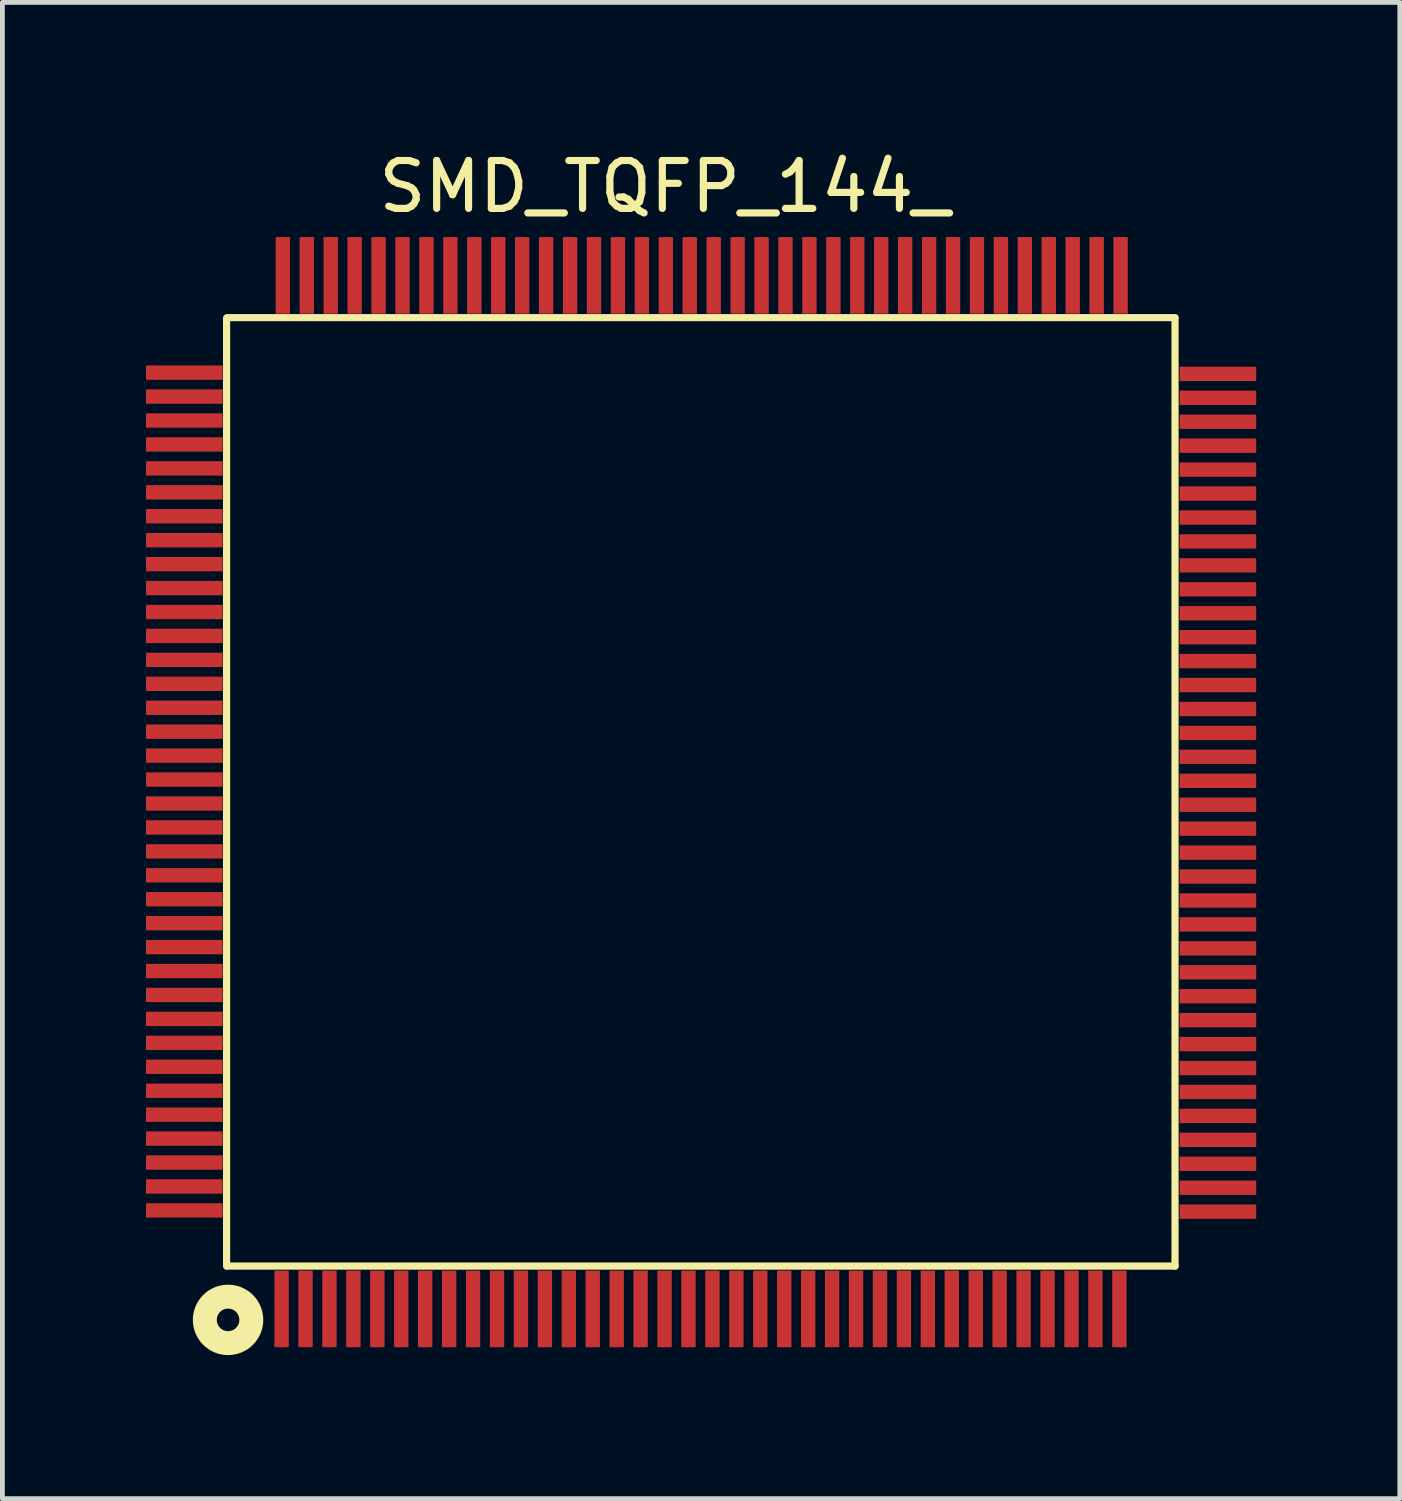
<source format=kicad_pcb>
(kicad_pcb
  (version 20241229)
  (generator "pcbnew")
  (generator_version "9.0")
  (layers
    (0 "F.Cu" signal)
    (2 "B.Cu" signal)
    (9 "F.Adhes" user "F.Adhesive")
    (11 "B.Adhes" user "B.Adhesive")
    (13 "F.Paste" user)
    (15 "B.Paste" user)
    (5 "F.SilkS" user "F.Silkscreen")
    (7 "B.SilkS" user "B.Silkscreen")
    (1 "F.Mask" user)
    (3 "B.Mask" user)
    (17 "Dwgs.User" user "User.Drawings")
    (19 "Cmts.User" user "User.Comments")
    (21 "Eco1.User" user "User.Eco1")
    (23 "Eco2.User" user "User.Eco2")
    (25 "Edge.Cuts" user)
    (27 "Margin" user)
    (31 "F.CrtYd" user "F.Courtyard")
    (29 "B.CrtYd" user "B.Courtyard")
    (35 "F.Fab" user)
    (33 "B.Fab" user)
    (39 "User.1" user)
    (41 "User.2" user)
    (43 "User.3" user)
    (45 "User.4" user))
  (footprint "SMD_TQFP_144_"
    (layer "F.Cu")
    (at 11.595 13.497)
    (property "Reference" "SMD_TQFP_144_" (at -0.762 -12.649 0) (layer "F.SilkS") (effects (font (size 1 1) (thickness 0.15))))
    (attr through_hole)
    (fp_line (start -9.912 9.9) (end -9.912 -9.9) (stroke (width 0.15) (type solid)) (layer "F.SilkS"))
    (fp_line (start -9.9 -9.912) (end 9.9 -9.912) (stroke (width 0.15) (type solid)) (layer "F.SilkS"))
    (fp_line (start -9.9 9.9) (end 9.9 9.9) (stroke (width 0.15) (type solid)) (layer "F.SilkS"))
    (fp_line (start 9.9 9.9) (end 9.9 -9.9) (stroke (width 0.15) (type solid)) (layer "F.SilkS"))
    (fp_circle (center -9.881 11.024) (end -9.55 11.379) (stroke (width 0.5) (type solid)) (fill no) (layer "F.SilkS"))
    (pad "P1" smd rect (at -8.763 10.795) (size 0.3 1.6) (layers "F.Cu" "F.Mask" "F.Paste"))
    (pad "P2" smd rect (at -8.263 10.795) (size 0.3 1.6) (layers "F.Cu" "F.Mask" "F.Paste"))
    (pad "P3" smd rect (at -7.763 10.795) (size 0.3 1.6) (layers "F.Cu" "F.Mask" "F.Paste"))
    (pad "P4" smd rect (at -7.263 10.795) (size 0.3 1.6) (layers "F.Cu" "F.Mask" "F.Paste"))
    (pad "P5" smd rect (at -6.763 10.795) (size 0.3 1.6) (layers "F.Cu" "F.Mask" "F.Paste"))
    (pad "P6" smd rect (at -6.263 10.795) (size 0.3 1.6) (layers "F.Cu" "F.Mask" "F.Paste"))
    (pad "P7" smd rect (at -5.763 10.795) (size 0.3 1.6) (layers "F.Cu" "F.Mask" "F.Paste"))
    (pad "P8" smd rect (at -5.263 10.795) (size 0.3 1.6) (layers "F.Cu" "F.Mask" "F.Paste"))
    (pad "P9" smd rect (at -4.763 10.795) (size 0.3 1.6) (layers "F.Cu" "F.Mask" "F.Paste"))
    (pad "P10" smd rect (at -4.263 10.795) (size 0.3 1.6) (layers "F.Cu" "F.Mask" "F.Paste"))
    (pad "P11" smd rect (at -3.763 10.795) (size 0.3 1.6) (layers "F.Cu" "F.Mask" "F.Paste"))
    (pad "P12" smd rect (at -3.263 10.795) (size 0.3 1.6) (layers "F.Cu" "F.Mask" "F.Paste"))
    (pad "P13" smd rect (at -2.763 10.795) (size 0.3 1.6) (layers "F.Cu" "F.Mask" "F.Paste"))
    (pad "P14" smd rect (at -2.263 10.795) (size 0.3 1.6) (layers "F.Cu" "F.Mask" "F.Paste"))
    (pad "P15" smd rect (at -1.763 10.795) (size 0.3 1.6) (layers "F.Cu" "F.Mask" "F.Paste"))
    (pad "P16" smd rect (at -1.263 10.795) (size 0.3 1.6) (layers "F.Cu" "F.Mask" "F.Paste"))
    (pad "P17" smd rect (at -0.763 10.795) (size 0.3 1.6) (layers "F.Cu" "F.Mask" "F.Paste"))
    (pad "P18" smd rect (at -0.263 10.795) (size 0.3 1.6) (layers "F.Cu" "F.Mask" "F.Paste"))
    (pad "P19" smd rect (at 0.237 10.795) (size 0.3 1.6) (layers "F.Cu" "F.Mask" "F.Paste"))
    (pad "P20" smd rect (at 0.737 10.795) (size 0.3 1.6) (layers "F.Cu" "F.Mask" "F.Paste"))
    (pad "P21" smd rect (at 1.237 10.795) (size 0.3 1.6) (layers "F.Cu" "F.Mask" "F.Paste"))
    (pad "P22" smd rect (at 1.737 10.795) (size 0.3 1.6) (layers "F.Cu" "F.Mask" "F.Paste"))
    (pad "P23" smd rect (at 2.237 10.795) (size 0.3 1.6) (layers "F.Cu" "F.Mask" "F.Paste"))
    (pad "P24" smd rect (at 2.737 10.795) (size 0.3 1.6) (layers "F.Cu" "F.Mask" "F.Paste"))
    (pad "P25" smd rect (at 3.237 10.795) (size 0.3 1.6) (layers "F.Cu" "F.Mask" "F.Paste"))
    (pad "P26" smd rect (at 3.737 10.795) (size 0.3 1.6) (layers "F.Cu" "F.Mask" "F.Paste"))
    (pad "P27" smd rect (at 4.237 10.795) (size 0.3 1.6) (layers "F.Cu" "F.Mask" "F.Paste"))
    (pad "P28" smd rect (at 4.737 10.795) (size 0.3 1.6) (layers "F.Cu" "F.Mask" "F.Paste"))
    (pad "P29" smd rect (at 5.237 10.795) (size 0.3 1.6) (layers "F.Cu" "F.Mask" "F.Paste"))
    (pad "P30" smd rect (at 5.737 10.795) (size 0.3 1.6) (layers "F.Cu" "F.Mask" "F.Paste"))
    (pad "P31" smd rect (at 6.237 10.795) (size 0.3 1.6) (layers "F.Cu" "F.Mask" "F.Paste"))
    (pad "P32" smd rect (at 6.737 10.795) (size 0.3 1.6) (layers "F.Cu" "F.Mask" "F.Paste"))
    (pad "P33" smd rect (at 7.237 10.795) (size 0.3 1.6) (layers "F.Cu" "F.Mask" "F.Paste"))
    (pad "P34" smd rect (at 7.737 10.795) (size 0.3 1.6) (layers "F.Cu" "F.Mask" "F.Paste"))
    (pad "P35" smd rect (at 8.237 10.795) (size 0.3 1.6) (layers "F.Cu" "F.Mask" "F.Paste"))
    (pad "P36" smd rect (at 8.737 10.795) (size 0.3 1.6) (layers "F.Cu" "F.Mask" "F.Paste"))
    (pad "P37" smd rect (at 10.795 8.763 90) (size 0.3 1.6) (layers "F.Cu" "F.Mask" "F.Paste"))
    (pad "P38" smd rect (at 10.795 8.263 90) (size 0.3 1.6) (layers "F.Cu" "F.Mask" "F.Paste"))
    (pad "P39" smd rect (at 10.795 7.763 90) (size 0.3 1.6) (layers "F.Cu" "F.Mask" "F.Paste"))
    (pad "P40" smd rect (at 10.795 7.263 90) (size 0.3 1.6) (layers "F.Cu" "F.Mask" "F.Paste"))
    (pad "P41" smd rect (at 10.795 6.763 90) (size 0.3 1.6) (layers "F.Cu" "F.Mask" "F.Paste"))
    (pad "P42" smd rect (at 10.795 6.263 90) (size 0.3 1.6) (layers "F.Cu" "F.Mask" "F.Paste"))
    (pad "P43" smd rect (at 10.795 5.763 90) (size 0.3 1.6) (layers "F.Cu" "F.Mask" "F.Paste"))
    (pad "P44" smd rect (at 10.795 5.263 90) (size 0.3 1.6) (layers "F.Cu" "F.Mask" "F.Paste"))
    (pad "P45" smd rect (at 10.795 4.763 90) (size 0.3 1.6) (layers "F.Cu" "F.Mask" "F.Paste"))
    (pad "P46" smd rect (at 10.795 4.263 90) (size 0.3 1.6) (layers "F.Cu" "F.Mask" "F.Paste"))
    (pad "P47" smd rect (at 10.795 3.763 90) (size 0.3 1.6) (layers "F.Cu" "F.Mask" "F.Paste"))
    (pad "P48" smd rect (at 10.795 3.263 90) (size 0.3 1.6) (layers "F.Cu" "F.Mask" "F.Paste"))
    (pad "P49" smd rect (at 10.795 2.763 90) (size 0.3 1.6) (layers "F.Cu" "F.Mask" "F.Paste"))
    (pad "P50" smd rect (at 10.795 2.263 90) (size 0.3 1.6) (layers "F.Cu" "F.Mask" "F.Paste"))
    (pad "P51" smd rect (at 10.795 1.763 90) (size 0.3 1.6) (layers "F.Cu" "F.Mask" "F.Paste"))
    (pad "P52" smd rect (at 10.795 1.263 90) (size 0.3 1.6) (layers "F.Cu" "F.Mask" "F.Paste"))
    (pad "P53" smd rect (at 10.795 0.763 90) (size 0.3 1.6) (layers "F.Cu" "F.Mask" "F.Paste"))
    (pad "P54" smd rect (at 10.795 0.263 90) (size 0.3 1.6) (layers "F.Cu" "F.Mask" "F.Paste"))
    (pad "P55" smd rect (at 10.795 -0.237 90) (size 0.3 1.6) (layers "F.Cu" "F.Mask" "F.Paste"))
    (pad "P56" smd rect (at 10.795 -0.737 90) (size 0.3 1.6) (layers "F.Cu" "F.Mask" "F.Paste"))
    (pad "P57" smd rect (at 10.795 -1.237 90) (size 0.3 1.6) (layers "F.Cu" "F.Mask" "F.Paste"))
    (pad "P58" smd rect (at 10.795 -1.737 90) (size 0.3 1.6) (layers "F.Cu" "F.Mask" "F.Paste"))
    (pad "P59" smd rect (at 10.795 -2.237 90) (size 0.3 1.6) (layers "F.Cu" "F.Mask" "F.Paste"))
    (pad "P60" smd rect (at 10.795 -2.737 90) (size 0.3 1.6) (layers "F.Cu" "F.Mask" "F.Paste"))
    (pad "P61" smd rect (at 10.795 -3.237 90) (size 0.3 1.6) (layers "F.Cu" "F.Mask" "F.Paste"))
    (pad "P62" smd rect (at 10.795 -3.737 90) (size 0.3 1.6) (layers "F.Cu" "F.Mask" "F.Paste"))
    (pad "P63" smd rect (at 10.795 -4.237 90) (size 0.3 1.6) (layers "F.Cu" "F.Mask" "F.Paste"))
    (pad "P64" smd rect (at 10.795 -4.737 90) (size 0.3 1.6) (layers "F.Cu" "F.Mask" "F.Paste"))
    (pad "P65" smd rect (at 10.795 -5.237 90) (size 0.3 1.6) (layers "F.Cu" "F.Mask" "F.Paste"))
    (pad "P66" smd rect (at 10.795 -5.737 90) (size 0.3 1.6) (layers "F.Cu" "F.Mask" "F.Paste"))
    (pad "P67" smd rect (at 10.795 -6.237 90) (size 0.3 1.6) (layers "F.Cu" "F.Mask" "F.Paste"))
    (pad "P68" smd rect (at 10.795 -6.737 90) (size 0.3 1.6) (layers "F.Cu" "F.Mask" "F.Paste"))
    (pad "P69" smd rect (at 10.795 -7.237 90) (size 0.3 1.6) (layers "F.Cu" "F.Mask" "F.Paste"))
    (pad "P70" smd rect (at 10.795 -7.737 90) (size 0.3 1.6) (layers "F.Cu" "F.Mask" "F.Paste"))
    (pad "P71" smd rect (at 10.795 -8.237 90) (size 0.3 1.6) (layers "F.Cu" "F.Mask" "F.Paste"))
    (pad "P72" smd rect (at 10.795 -8.737 90) (size 0.3 1.6) (layers "F.Cu" "F.Mask" "F.Paste"))
    (pad "P73" smd rect (at 8.763 -10.795 180) (size 0.3 1.6) (layers "F.Cu" "F.Mask" "F.Paste"))
    (pad "P74" smd rect (at 8.263 -10.795 180) (size 0.3 1.6) (layers "F.Cu" "F.Mask" "F.Paste"))
    (pad "P75" smd rect (at 7.763 -10.795 180) (size 0.3 1.6) (layers "F.Cu" "F.Mask" "F.Paste"))
    (pad "P76" smd rect (at 7.263 -10.795 180) (size 0.3 1.6) (layers "F.Cu" "F.Mask" "F.Paste"))
    (pad "P77" smd rect (at 6.763 -10.795 180) (size 0.3 1.6) (layers "F.Cu" "F.Mask" "F.Paste"))
    (pad "P78" smd rect (at 6.263 -10.795 180) (size 0.3 1.6) (layers "F.Cu" "F.Mask" "F.Paste"))
    (pad "P79" smd rect (at 5.763 -10.795 180) (size 0.3 1.6) (layers "F.Cu" "F.Mask" "F.Paste"))
    (pad "P80" smd rect (at 5.263 -10.795 180) (size 0.3 1.6) (layers "F.Cu" "F.Mask" "F.Paste"))
    (pad "P81" smd rect (at 4.763 -10.795 180) (size 0.3 1.6) (layers "F.Cu" "F.Mask" "F.Paste"))
    (pad "P82" smd rect (at 4.263 -10.795 180) (size 0.3 1.6) (layers "F.Cu" "F.Mask" "F.Paste"))
    (pad "P83" smd rect (at 3.763 -10.795 180) (size 0.3 1.6) (layers "F.Cu" "F.Mask" "F.Paste"))
    (pad "P84" smd rect (at 3.263 -10.795 180) (size 0.3 1.6) (layers "F.Cu" "F.Mask" "F.Paste"))
    (pad "P85" smd rect (at 2.763 -10.795 180) (size 0.3 1.6) (layers "F.Cu" "F.Mask" "F.Paste"))
    (pad "P86" smd rect (at 2.263 -10.795 180) (size 0.3 1.6) (layers "F.Cu" "F.Mask" "F.Paste"))
    (pad "P87" smd rect (at 1.763 -10.795 180) (size 0.3 1.6) (layers "F.Cu" "F.Mask" "F.Paste"))
    (pad "P88" smd rect (at 1.263 -10.795 180) (size 0.3 1.6) (layers "F.Cu" "F.Mask" "F.Paste"))
    (pad "P89" smd rect (at 0.763 -10.795 180) (size 0.3 1.6) (layers "F.Cu" "F.Mask" "F.Paste"))
    (pad "P90" smd rect (at 0.263 -10.795 180) (size 0.3 1.6) (layers "F.Cu" "F.Mask" "F.Paste"))
    (pad "P91" smd rect (at -0.237 -10.795 180) (size 0.3 1.6) (layers "F.Cu" "F.Mask" "F.Paste"))
    (pad "P92" smd rect (at -0.737 -10.795 180) (size 0.3 1.6) (layers "F.Cu" "F.Mask" "F.Paste"))
    (pad "P93" smd rect (at -1.237 -10.795 180) (size 0.3 1.6) (layers "F.Cu" "F.Mask" "F.Paste"))
    (pad "P94" smd rect (at -1.737 -10.795 180) (size 0.3 1.6) (layers "F.Cu" "F.Mask" "F.Paste"))
    (pad "P95" smd rect (at -2.237 -10.795 180) (size 0.3 1.6) (layers "F.Cu" "F.Mask" "F.Paste"))
    (pad "P96" smd rect (at -2.737 -10.795 180) (size 0.3 1.6) (layers "F.Cu" "F.Mask" "F.Paste"))
    (pad "P97" smd rect (at -3.237 -10.795 180) (size 0.3 1.6) (layers "F.Cu" "F.Mask" "F.Paste"))
    (pad "P98" smd rect (at -3.737 -10.795 180) (size 0.3 1.6) (layers "F.Cu" "F.Mask" "F.Paste"))
    (pad "P99" smd rect (at -4.237 -10.795 180) (size 0.3 1.6) (layers "F.Cu" "F.Mask" "F.Paste"))
    (pad "P100" smd rect (at -4.737 -10.795 180) (size 0.3 1.6) (layers "F.Cu" "F.Mask" "F.Paste"))
    (pad "P101" smd rect (at -5.237 -10.795 180) (size 0.3 1.6) (layers "F.Cu" "F.Mask" "F.Paste"))
    (pad "P102" smd rect (at -5.737 -10.795 180) (size 0.3 1.6) (layers "F.Cu" "F.Mask" "F.Paste"))
    (pad "P103" smd rect (at -6.237 -10.795 180) (size 0.3 1.6) (layers "F.Cu" "F.Mask" "F.Paste"))
    (pad "P104" smd rect (at -6.737 -10.795 180) (size 0.3 1.6) (layers "F.Cu" "F.Mask" "F.Paste"))
    (pad "P105" smd rect (at -7.237 -10.795 180) (size 0.3 1.6) (layers "F.Cu" "F.Mask" "F.Paste"))
    (pad "P106" smd rect (at -7.737 -10.795 180) (size 0.3 1.6) (layers "F.Cu" "F.Mask" "F.Paste"))
    (pad "P107" smd rect (at -8.237 -10.795 180) (size 0.3 1.6) (layers "F.Cu" "F.Mask" "F.Paste"))
    (pad "P108" smd rect (at -8.737 -10.795 180) (size 0.3 1.6) (layers "F.Cu" "F.Mask" "F.Paste"))
    (pad "P109" smd rect (at -10.795 -8.763 270) (size 0.3 1.6) (layers "F.Cu" "F.Mask" "F.Paste"))
    (pad "P110" smd rect (at -10.795 -8.263 270) (size 0.3 1.6) (layers "F.Cu" "F.Mask" "F.Paste"))
    (pad "P111" smd rect (at -10.795 -7.763 270) (size 0.3 1.6) (layers "F.Cu" "F.Mask" "F.Paste"))
    (pad "P112" smd rect (at -10.795 -7.263 270) (size 0.3 1.6) (layers "F.Cu" "F.Mask" "F.Paste"))
    (pad "P113" smd rect (at -10.795 -6.763 270) (size 0.3 1.6) (layers "F.Cu" "F.Mask" "F.Paste"))
    (pad "P114" smd rect (at -10.795 -6.263 270) (size 0.3 1.6) (layers "F.Cu" "F.Mask" "F.Paste"))
    (pad "P115" smd rect (at -10.795 -5.763 270) (size 0.3 1.6) (layers "F.Cu" "F.Mask" "F.Paste"))
    (pad "P116" smd rect (at -10.795 -5.263 270) (size 0.3 1.6) (layers "F.Cu" "F.Mask" "F.Paste"))
    (pad "P117" smd rect (at -10.795 -4.763 270) (size 0.3 1.6) (layers "F.Cu" "F.Mask" "F.Paste"))
    (pad "P118" smd rect (at -10.795 -4.263 270) (size 0.3 1.6) (layers "F.Cu" "F.Mask" "F.Paste"))
    (pad "P119" smd rect (at -10.795 -3.763 270) (size 0.3 1.6) (layers "F.Cu" "F.Mask" "F.Paste"))
    (pad "P120" smd rect (at -10.795 -3.263 270) (size 0.3 1.6) (layers "F.Cu" "F.Mask" "F.Paste"))
    (pad "P121" smd rect (at -10.795 -2.763 270) (size 0.3 1.6) (layers "F.Cu" "F.Mask" "F.Paste"))
    (pad "P122" smd rect (at -10.795 -2.263 270) (size 0.3 1.6) (layers "F.Cu" "F.Mask" "F.Paste"))
    (pad "P123" smd rect (at -10.795 -1.763 270) (size 0.3 1.6) (layers "F.Cu" "F.Mask" "F.Paste"))
    (pad "P124" smd rect (at -10.795 -1.263 270) (size 0.3 1.6) (layers "F.Cu" "F.Mask" "F.Paste"))
    (pad "P125" smd rect (at -10.795 -0.763 270) (size 0.3 1.6) (layers "F.Cu" "F.Mask" "F.Paste"))
    (pad "P126" smd rect (at -10.795 -0.263 270) (size 0.3 1.6) (layers "F.Cu" "F.Mask" "F.Paste"))
    (pad "P127" smd rect (at -10.795 0.237 270) (size 0.3 1.6) (layers "F.Cu" "F.Mask" "F.Paste"))
    (pad "P128" smd rect (at -10.795 0.737 270) (size 0.3 1.6) (layers "F.Cu" "F.Mask" "F.Paste"))
    (pad "P129" smd rect (at -10.795 1.237 270) (size 0.3 1.6) (layers "F.Cu" "F.Mask" "F.Paste"))
    (pad "P130" smd rect (at -10.795 1.737 270) (size 0.3 1.6) (layers "F.Cu" "F.Mask" "F.Paste"))
    (pad "P131" smd rect (at -10.795 2.237 270) (size 0.3 1.6) (layers "F.Cu" "F.Mask" "F.Paste"))
    (pad "P132" smd rect (at -10.795 2.737 270) (size 0.3 1.6) (layers "F.Cu" "F.Mask" "F.Paste"))
    (pad "P133" smd rect (at -10.795 3.237 270) (size 0.3 1.6) (layers "F.Cu" "F.Mask" "F.Paste"))
    (pad "P134" smd rect (at -10.795 3.737 270) (size 0.3 1.6) (layers "F.Cu" "F.Mask" "F.Paste"))
    (pad "P135" smd rect (at -10.795 4.237 270) (size 0.3 1.6) (layers "F.Cu" "F.Mask" "F.Paste"))
    (pad "P136" smd rect (at -10.795 4.737 270) (size 0.3 1.6) (layers "F.Cu" "F.Mask" "F.Paste"))
    (pad "P137" smd rect (at -10.795 5.237 270) (size 0.3 1.6) (layers "F.Cu" "F.Mask" "F.Paste"))
    (pad "P138" smd rect (at -10.795 5.737 270) (size 0.3 1.6) (layers "F.Cu" "F.Mask" "F.Paste"))
    (pad "P139" smd rect (at -10.795 6.237 270) (size 0.3 1.6) (layers "F.Cu" "F.Mask" "F.Paste"))
    (pad "P140" smd rect (at -10.795 6.737 270) (size 0.3 1.6) (layers "F.Cu" "F.Mask" "F.Paste"))
    (pad "P141" smd rect (at -10.795 7.237 270) (size 0.3 1.6) (layers "F.Cu" "F.Mask" "F.Paste"))
    (pad "P142" smd rect (at -10.795 7.737 270) (size 0.3 1.6) (layers "F.Cu" "F.Mask" "F.Paste"))
    (pad "P143" smd rect (at -10.795 8.237 270) (size 0.3 1.6) (layers "F.Cu" "F.Mask" "F.Paste"))
    (pad "P144" smd rect (at -10.795 8.737 270) (size 0.3 1.6) (layers "F.Cu" "F.Mask" "F.Paste")))
  (gr_rect
    (start -3 -3)
    (end 26.19 28.256)
    (stroke (width 0.1) (type default))
    (fill no)
    (layer "Edge.Cuts")))
</source>
